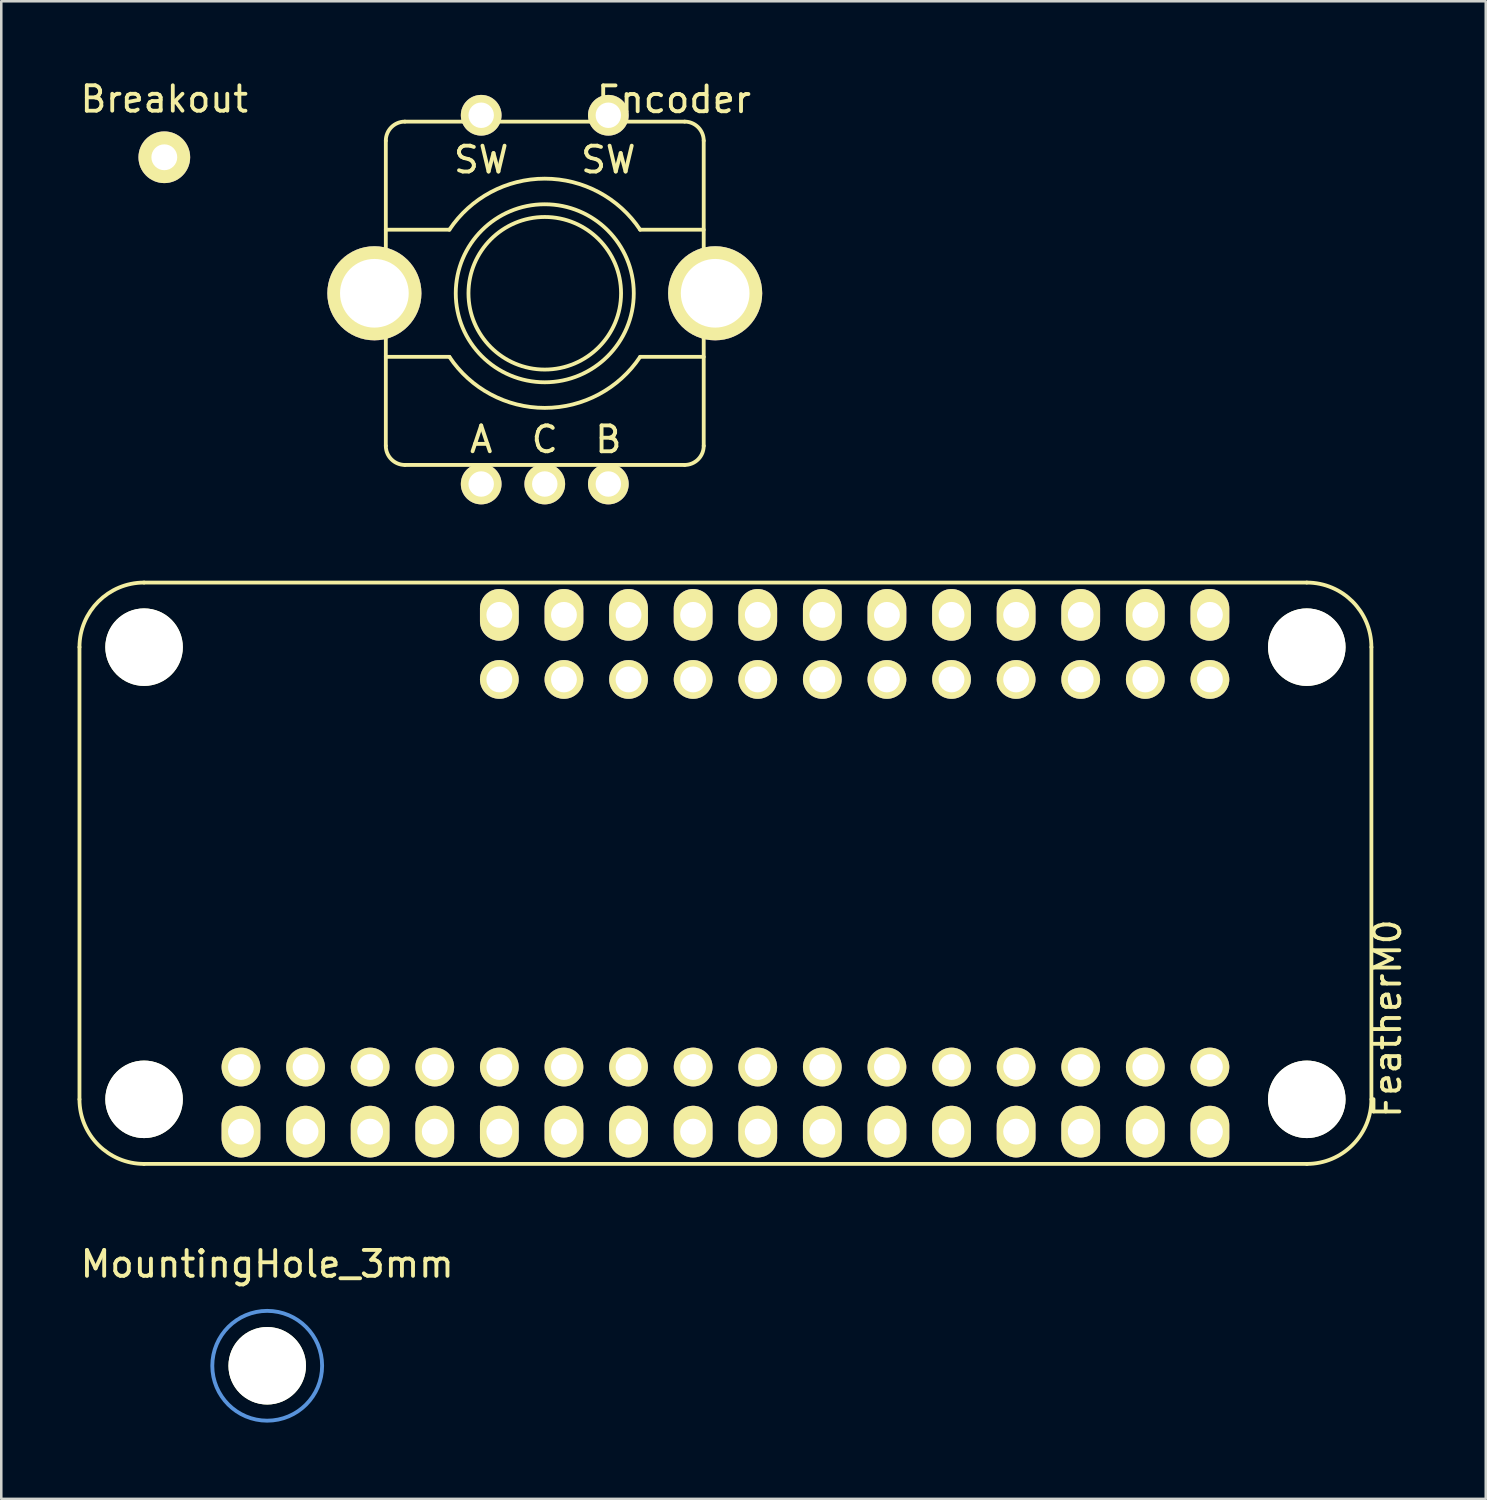
<source format=kicad_pcb>
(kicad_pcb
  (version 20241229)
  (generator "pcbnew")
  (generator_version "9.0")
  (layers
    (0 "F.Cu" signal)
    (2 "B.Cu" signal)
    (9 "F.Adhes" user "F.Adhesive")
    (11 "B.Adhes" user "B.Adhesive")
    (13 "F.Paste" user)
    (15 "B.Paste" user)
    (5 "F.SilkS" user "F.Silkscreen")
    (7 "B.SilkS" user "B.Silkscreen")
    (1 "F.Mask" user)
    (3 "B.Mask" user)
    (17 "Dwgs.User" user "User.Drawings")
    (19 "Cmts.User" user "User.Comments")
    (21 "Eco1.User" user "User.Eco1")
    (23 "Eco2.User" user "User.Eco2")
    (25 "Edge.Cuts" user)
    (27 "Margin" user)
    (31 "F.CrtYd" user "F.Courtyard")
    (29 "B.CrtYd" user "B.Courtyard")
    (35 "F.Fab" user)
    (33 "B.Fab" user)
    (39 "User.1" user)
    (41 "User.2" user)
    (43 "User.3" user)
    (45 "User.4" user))
  (footprint "FeatherM0"
    (layer "F.Cu")
    (at 25.475 31.287)
    (property "Reference" "FeatherM0" (at 26.035 5.715 90) (layer "F.SilkS") (effects (font (size 1.016 1.016) (thickness 0.152))))
    (attr through_hole)
    (fp_line (start -25.4 -8.89) (end -25.4 8.89) (stroke (width 0.15) (type solid)) (layer "F.SilkS"))
    (fp_line (start -22.86 11.43) (end 22.86 11.43) (stroke (width 0.15) (type solid)) (layer "F.SilkS"))
    (fp_line (start 22.86 -11.43) (end -22.86 -11.43) (stroke (width 0.15) (type solid)) (layer "F.SilkS"))
    (fp_line (start 25.4 8.89) (end 25.4 -8.89) (stroke (width 0.15) (type solid)) (layer "F.SilkS"))
    (fp_arc (start -25.4 -8.89) (mid -24.656051 -10.686051) (end -22.86 -11.43) (stroke (width 0.15) (type solid)) (layer "F.SilkS"))
    (fp_arc (start -22.86 11.43) (mid -24.656051 10.686051) (end -25.4 8.89) (stroke (width 0.15) (type solid)) (layer "F.SilkS"))
    (fp_arc (start 22.86 -11.43) (mid 24.656051 -10.686051) (end 25.4 -8.89) (stroke (width 0.15) (type solid)) (layer "F.SilkS"))
    (fp_arc (start 25.4 8.89) (mid 24.656051 10.686051) (end 22.86 11.43) (stroke (width 0.15) (type solid)) (layer "F.SilkS"))
    (pad "" np_thru_hole circle (at -22.86 -8.89) (size 3.048 3.048) (drill 3.048) (layers "*.Cu" "*.Mask" "F.SilkS"))
    (pad "" np_thru_hole circle (at -22.86 8.89) (size 3.048 3.048) (drill 3.048) (layers "*.Cu" "*.Mask" "F.SilkS"))
    (pad "" np_thru_hole circle (at 22.86 -8.89) (size 3.048 3.048) (drill 3.048) (layers "*.Cu" "*.Mask" "F.SilkS"))
    (pad "" np_thru_hole circle (at 22.86 8.89) (size 3.048 3.048) (drill 3.048) (layers "*.Cu" "*.Mask" "F.SilkS"))
    (pad "1" thru_hole oval (at 19.05 -10.16) (size 1.524 2.032) (drill 1.016) (layers "*.Cu" "*.Mask" "F.SilkS"))
    (pad "1" thru_hole circle (at 19.05 -7.62) (size 1.524 1.524) (drill 1.016) (layers "*.Cu" "*.Mask" "F.SilkS"))
    (pad "2" thru_hole oval (at 16.51 -10.16) (size 1.524 2.032) (drill 1.016) (layers "*.Cu" "*.Mask" "F.SilkS"))
    (pad "2" thru_hole circle (at 16.51 -7.62) (size 1.524 1.524) (drill 1.016) (layers "*.Cu" "*.Mask" "F.SilkS"))
    (pad "3" thru_hole oval (at 13.97 -10.16) (size 1.524 2.032) (drill 1.016) (layers "*.Cu" "*.Mask" "F.SilkS"))
    (pad "3" thru_hole circle (at 13.97 -7.62) (size 1.524 1.524) (drill 1.016) (layers "*.Cu" "*.Mask" "F.SilkS"))
    (pad "4" thru_hole oval (at 11.43 -10.16) (size 1.524 2.032) (drill 1.016) (layers "*.Cu" "*.Mask" "F.SilkS"))
    (pad "4" thru_hole circle (at 11.43 -7.62) (size 1.524 1.524) (drill 1.016) (layers "*.Cu" "*.Mask" "F.SilkS"))
    (pad "5" thru_hole oval (at 8.89 -10.16) (size 1.524 2.032) (drill 1.016) (layers "*.Cu" "*.Mask" "F.SilkS"))
    (pad "5" thru_hole circle (at 8.89 -7.62) (size 1.524 1.524) (drill 1.016) (layers "*.Cu" "*.Mask" "F.SilkS"))
    (pad "6" thru_hole oval (at 6.35 -10.16) (size 1.524 2.032) (drill 1.016) (layers "*.Cu" "*.Mask" "F.SilkS"))
    (pad "6" thru_hole circle (at 6.35 -7.62) (size 1.524 1.524) (drill 1.016) (layers "*.Cu" "*.Mask" "F.SilkS"))
    (pad "7" thru_hole oval (at 3.81 -10.16) (size 1.524 2.032) (drill 1.016) (layers "*.Cu" "*.Mask" "F.SilkS"))
    (pad "7" thru_hole circle (at 3.81 -7.62) (size 1.524 1.524) (drill 1.016) (layers "*.Cu" "*.Mask" "F.SilkS"))
    (pad "8" thru_hole oval (at 1.27 -10.16) (size 1.524 2.032) (drill 1.016) (layers "*.Cu" "*.Mask" "F.SilkS"))
    (pad "8" thru_hole circle (at 1.27 -7.62) (size 1.524 1.524) (drill 1.016) (layers "*.Cu" "*.Mask" "F.SilkS"))
    (pad "9" thru_hole oval (at -1.27 -10.16) (size 1.524 2.032) (drill 1.016) (layers "*.Cu" "*.Mask" "F.SilkS"))
    (pad "9" thru_hole circle (at -1.27 -7.62) (size 1.524 1.524) (drill 1.016) (layers "*.Cu" "*.Mask" "F.SilkS"))
    (pad "10" thru_hole oval (at -3.81 -10.16) (size 1.524 2.032) (drill 1.016) (layers "*.Cu" "*.Mask" "F.SilkS"))
    (pad "10" thru_hole circle (at -3.81 -7.62) (size 1.524 1.524) (drill 1.016) (layers "*.Cu" "*.Mask" "F.SilkS"))
    (pad "11" thru_hole oval (at -6.35 -10.16) (size 1.524 2.032) (drill 1.016) (layers "*.Cu" "*.Mask" "F.SilkS"))
    (pad "11" thru_hole circle (at -6.35 -7.62) (size 1.524 1.524) (drill 1.016) (layers "*.Cu" "*.Mask" "F.SilkS"))
    (pad "12" thru_hole oval (at -8.89 -10.16) (size 1.524 2.032) (drill 1.016) (layers "*.Cu" "*.Mask" "F.SilkS"))
    (pad "12" thru_hole circle (at -8.89 -7.62) (size 1.524 1.524) (drill 1.016) (layers "*.Cu" "*.Mask" "F.SilkS"))
    (pad "13" thru_hole circle (at -19.05 7.62) (size 1.524 1.524) (drill 1.016) (layers "*.Cu" "*.Mask" "F.SilkS"))
    (pad "13" thru_hole oval (at -19.05 10.16) (size 1.524 2.032) (drill 1.016) (layers "*.Cu" "*.Mask" "F.SilkS"))
    (pad "14" thru_hole circle (at -16.51 7.62) (size 1.524 1.524) (drill 1.016) (layers "*.Cu" "*.Mask" "F.SilkS"))
    (pad "14" thru_hole oval (at -16.51 10.16) (size 1.524 2.032) (drill 1.016) (layers "*.Cu" "*.Mask" "F.SilkS"))
    (pad "15" thru_hole circle (at -13.97 7.62) (size 1.524 1.524) (drill 1.016) (layers "*.Cu" "*.Mask" "F.SilkS"))
    (pad "15" thru_hole oval (at -13.97 10.16) (size 1.524 2.032) (drill 1.016) (layers "*.Cu" "*.Mask" "F.SilkS"))
    (pad "16" thru_hole circle (at -11.43 7.62) (size 1.524 1.524) (drill 1.016) (layers "*.Cu" "*.Mask" "F.SilkS"))
    (pad "16" thru_hole oval (at -11.43 10.16) (size 1.524 2.032) (drill 1.016) (layers "*.Cu" "*.Mask" "F.SilkS"))
    (pad "17" thru_hole circle (at -8.89 7.62) (size 1.524 1.524) (drill 1.016) (layers "*.Cu" "*.Mask" "F.SilkS"))
    (pad "17" thru_hole oval (at -8.89 10.16) (size 1.524 2.032) (drill 1.016) (layers "*.Cu" "*.Mask" "F.SilkS"))
    (pad "18" thru_hole circle (at -6.35 7.62) (size 1.524 1.524) (drill 1.016) (layers "*.Cu" "*.Mask" "F.SilkS"))
    (pad "18" thru_hole oval (at -6.35 10.16) (size 1.524 2.032) (drill 1.016) (layers "*.Cu" "*.Mask" "F.SilkS"))
    (pad "19" thru_hole circle (at -3.81 7.62) (size 1.524 1.524) (drill 1.016) (layers "*.Cu" "*.Mask" "F.SilkS"))
    (pad "19" thru_hole oval (at -3.81 10.16) (size 1.524 2.032) (drill 1.016) (layers "*.Cu" "*.Mask" "F.SilkS"))
    (pad "20" thru_hole circle (at -1.27 7.62) (size 1.524 1.524) (drill 1.016) (layers "*.Cu" "*.Mask" "F.SilkS"))
    (pad "20" thru_hole oval (at -1.27 10.16) (size 1.524 2.032) (drill 1.016) (layers "*.Cu" "*.Mask" "F.SilkS"))
    (pad "21" thru_hole circle (at 1.27 7.62) (size 1.524 1.524) (drill 1.016) (layers "*.Cu" "*.Mask" "F.SilkS"))
    (pad "21" thru_hole oval (at 1.27 10.16) (size 1.524 2.032) (drill 1.016) (layers "*.Cu" "*.Mask" "F.SilkS"))
    (pad "22" thru_hole circle (at 3.81 7.62) (size 1.524 1.524) (drill 1.016) (layers "*.Cu" "*.Mask" "F.SilkS"))
    (pad "22" thru_hole oval (at 3.81 10.16) (size 1.524 2.032) (drill 1.016) (layers "*.Cu" "*.Mask" "F.SilkS"))
    (pad "23" thru_hole circle (at 6.35 7.62) (size 1.524 1.524) (drill 1.016) (layers "*.Cu" "*.Mask" "F.SilkS"))
    (pad "23" thru_hole oval (at 6.35 10.16) (size 1.524 2.032) (drill 1.016) (layers "*.Cu" "*.Mask" "F.SilkS"))
    (pad "24" thru_hole circle (at 8.89 7.62) (size 1.524 1.524) (drill 1.016) (layers "*.Cu" "*.Mask" "F.SilkS"))
    (pad "24" thru_hole oval (at 8.89 10.16) (size 1.524 2.032) (drill 1.016) (layers "*.Cu" "*.Mask" "F.SilkS"))
    (pad "25" thru_hole circle (at 11.43 7.62) (size 1.524 1.524) (drill 1.016) (layers "*.Cu" "*.Mask" "F.SilkS"))
    (pad "25" thru_hole oval (at 11.43 10.16) (size 1.524 2.032) (drill 1.016) (layers "*.Cu" "*.Mask" "F.SilkS"))
    (pad "26" thru_hole circle (at 13.97 7.62) (size 1.524 1.524) (drill 1.016) (layers "*.Cu" "*.Mask" "F.SilkS"))
    (pad "26" thru_hole oval (at 13.97 10.16) (size 1.524 2.032) (drill 1.016) (layers "*.Cu" "*.Mask" "F.SilkS"))
    (pad "27" thru_hole circle (at 16.51 7.62) (size 1.524 1.524) (drill 1.016) (layers "*.Cu" "*.Mask" "F.SilkS"))
    (pad "27" thru_hole oval (at 16.51 10.16) (size 1.524 2.032) (drill 1.016) (layers "*.Cu" "*.Mask" "F.SilkS"))
    (pad "28" thru_hole circle (at 19.05 7.62) (size 1.524 1.524) (drill 1.016) (layers "*.Cu" "*.Mask" "F.SilkS"))
    (pad "28" thru_hole oval (at 19.05 10.16) (size 1.524 2.032) (drill 1.016) (layers "*.Cu" "*.Mask" "F.SilkS")))
  (footprint "Breakout"
    (layer "F.Cu")
    (at 3.411 3.134)
    (property "Reference" "Breakout" (at 0 -2.286 0) (layer "F.SilkS") (effects (font (size 1 1) (thickness 0.15))))
    (attr through_hole)
    (pad "1" thru_hole circle (at 0 0) (size 2.032 2.032) (drill 1.016) (layers "*.Cu" "*.Mask" "F.SilkS")))
  (footprint "Encoder"
    (layer "F.Cu")
    (at 18.371 8.482)
    (property "Reference" "Encoder" (at 5.08 -7.62 0) (layer "F.SilkS") (effects (font (size 1.016 1.016) (thickness 0.152))))
    (attr through_hole)
    (fp_line (start -6.25 -6) (end -6.25 6) (stroke (width 0.15) (type solid)) (layer "F.SilkS"))
    (fp_line (start -5.5 6.75) (end 5.5 6.75) (stroke (width 0.15) (type solid)) (layer "F.SilkS"))
    (fp_line (start -3.75 -2.5) (end -6.25 -2.5) (stroke (width 0.15) (type solid)) (layer "F.SilkS"))
    (fp_line (start -3.75 2.5) (end -6.25 2.5) (stroke (width 0.15) (type solid)) (layer "F.SilkS"))
    (fp_line (start 3.75 -2.5) (end 6.25 -2.5) (stroke (width 0.15) (type solid)) (layer "F.SilkS"))
    (fp_line (start 3.75 2.5) (end 6.25 2.5) (stroke (width 0.15) (type solid)) (layer "F.SilkS"))
    (fp_line (start 5.5 -6.75) (end -5.5 -6.75) (stroke (width 0.15) (type solid)) (layer "F.SilkS"))
    (fp_line (start 6.25 6) (end 6.25 -6) (stroke (width 0.15) (type solid)) (layer "F.SilkS"))
    (fp_arc (start -6.25 -6) (mid -6.03033 -6.53033) (end -5.5 -6.75) (stroke (width 0.15) (type solid)) (layer "F.SilkS"))
    (fp_arc (start -5.5 6.75) (mid -6.03033 6.53033) (end -6.25 6) (stroke (width 0.15) (type solid)) (layer "F.SilkS"))
    (fp_arc (start -3.75 -2.5) (mid 0 -4.506939) (end 3.75 -2.5) (stroke (width 0.15) (type solid)) (layer "F.SilkS"))
    (fp_arc (start 3.75 2.5) (mid 0 4.506939) (end -3.75 2.5) (stroke (width 0.15) (type solid)) (layer "F.SilkS"))
    (fp_arc (start 5.5 -6.75) (mid 6.03033 -6.53033) (end 6.25 -6) (stroke (width 0.15) (type solid)) (layer "F.SilkS"))
    (fp_arc (start 6.25 6) (mid 6.03033 6.53033) (end 5.5 6.75) (stroke (width 0.15) (type solid)) (layer "F.SilkS"))
    (fp_circle (center 0 0) (end 3 0) (stroke (width 0.15) (type solid)) (fill no) (layer "F.SilkS"))
    (fp_circle (center 0 0) (end 3.5 0) (stroke (width 0.15) (type solid)) (fill no) (layer "F.SilkS"))
    (fp_text user "A" (at -2.5 5.75 0) (layer "F.SilkS") (effects (font (size 1.016 1.016) (thickness 0.152))))
    (fp_text user "B" (at 2.5 5.75 0) (layer "F.SilkS") (effects (font (size 1.016 1.016) (thickness 0.152))))
    (fp_text user "SW" (at -2.5 -5.25 0) (layer "F.SilkS") (effects (font (size 1.016 1.016) (thickness 0.152))))
    (fp_text user "SW" (at 2.5 -5.25 0) (layer "F.SilkS") (effects (font (size 1.016 1.016) (thickness 0.152))))
    (fp_text user "C" (at 0 5.75 0) (layer "F.SilkS") (effects (font (size 1.016 1.016) (thickness 0.152))))
    (pad "" thru_hole circle (at -6.7 0) (size 3.7 3.7) (drill 2.7) (layers "*.Cu" "*.Mask" "F.SilkS"))
    (pad "" thru_hole circle (at 6.7 0) (size 3.7 3.7) (drill 2.7) (layers "*.Cu" "*.Mask" "F.SilkS"))
    (pad "1" thru_hole circle (at -2.5 7.5) (size 1.6 1.6) (drill 1) (layers "*.Cu" "*.Mask" "F.SilkS"))
    (pad "2" thru_hole circle (at 0 7.5) (size 1.6 1.6) (drill 1) (layers "*.Cu" "*.Mask" "F.SilkS"))
    (pad "3" thru_hole circle (at 2.5 7.5) (size 1.6 1.6) (drill 1) (layers "*.Cu" "*.Mask" "F.SilkS"))
    (pad "4" thru_hole circle (at -2.5 -7) (size 1.6 1.6) (drill 1) (layers "*.Cu" "*.Mask" "F.SilkS"))
    (pad "5" thru_hole circle (at 2.5 -7) (size 1.6 1.6) (drill 1) (layers "*.Cu" "*.Mask" "F.SilkS")))
  (footprint "MountingHole_3mm"
    (layer "F.Cu")
    (at 7.457 50.654)
    (property "Reference" "MountingHole_3mm" (at 0 -4 0) (layer "F.SilkS") (effects (font (size 1.016 1.016) (thickness 0.152))))
    (attr through_hole)
    (fp_circle (center 0 0) (end 2.159 0) (stroke (width 0.152) (type solid)) (fill no) (layer "Cmts.User"))
    (pad "" np_thru_hole circle (at 0 0) (size 3.048 3.048) (drill 3.048) (layers "*.Cu" "*.Mask" "F.SilkS")))
  (gr_rect
    (start -3 -3)
    (end 55.372 55.889)
    (stroke (width 0.1) (type default))
    (fill no)
    (layer "Edge.Cuts")))
</source>
